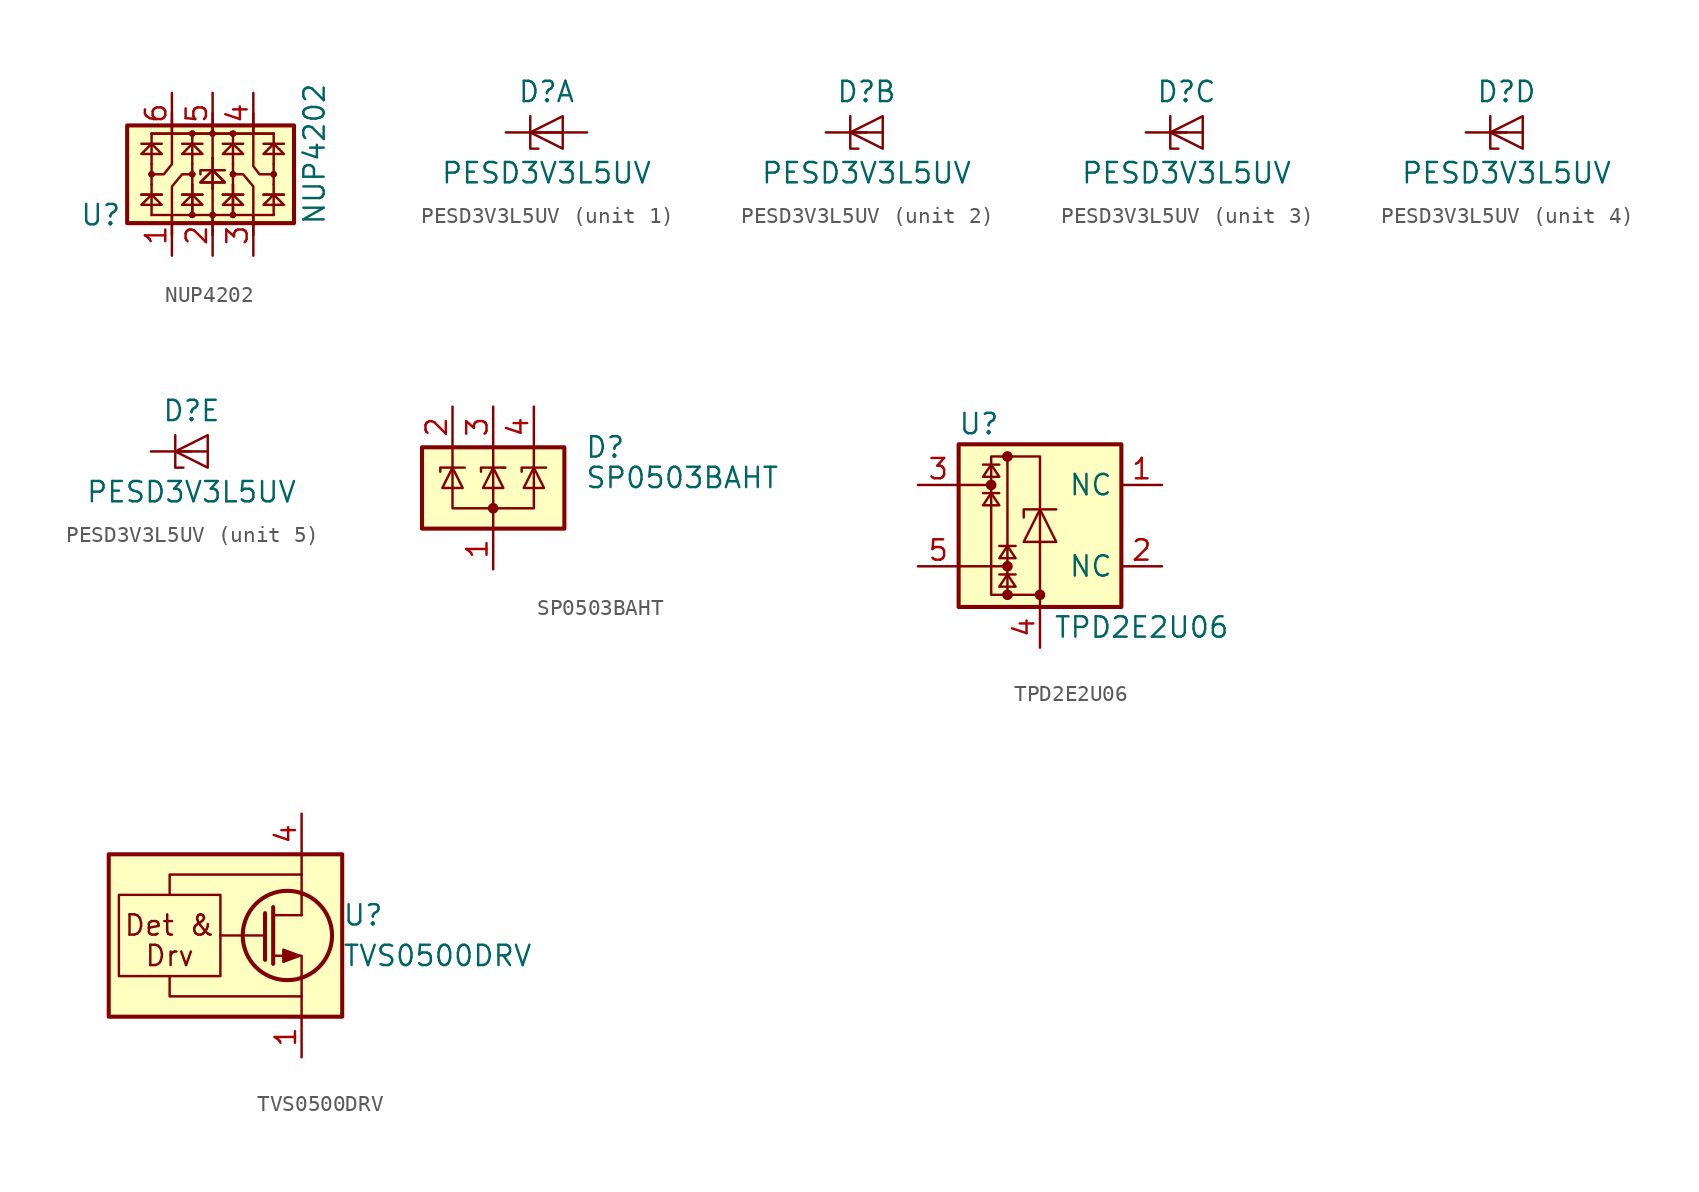
<source format=kicad_sym>
(kicad_symbol_lib
  (version 20231120)
  (generator "kicad_symbol_editor")
  (generator_version "8.0")
  (symbol "NUP4202"
    (property "Reference" "U"
      (at -6.985 -2.54 0)
      (effects (font (size 1.27 1.27))))
    (property "Value" "NUP4202"
      (at 6.35 1.27 90)
      (effects (font (size 1.27 1.27))))
    (symbol "NUP4202_0_1"
      (rectangle (start -5.334 3.048) (end 5.08 -3.048) (stroke (width 0.254) (type default)) (fill (type background)))
      (circle (center -3.81 0) (radius 0.127) (stroke (width 0) (type default)) (fill (type none)))
      (circle (center -3.81 0) (radius 0.127) (stroke (width 0) (type default)) (fill (type none)))
      (circle (center -1.27 -2.54) (radius 0.127) (stroke (width 0) (type default)) (fill (type none)))
      (circle (center -1.27 -2.54) (radius 0.127) (stroke (width 0) (type default)) (fill (type none)))
      (circle (center -1.27 0) (radius 0.127) (stroke (width 0) (type default)) (fill (type none)))
      (circle (center -1.27 0) (radius 0.127) (stroke (width 0) (type default)) (fill (type none)))
      (circle (center -1.27 2.54) (radius 0.127) (stroke (width 0) (type default)) (fill (type none)))
      (circle (center -1.27 2.54) (radius 0.127) (stroke (width 0) (type default)) (fill (type none)))
      (circle (center 0 -2.54) (radius 0.127) (stroke (width 0) (type default)) (fill (type none)))
      (circle (center 0 -2.54) (radius 0.127) (stroke (width 0) (type default)) (fill (type none)))
      (polyline (pts (xy -4.445 -1.27) (xy -3.175 -1.27)) (stroke (width 0) (type default)) (fill (type none)))
      (polyline (pts (xy -4.445 -1.27) (xy -3.175 -1.27)) (stroke (width 0) (type default)) (fill (type none)))
      (polyline (pts (xy -4.445 1.905) (xy -3.175 1.905)) (stroke (width 0) (type default)) (fill (type none)))
      (polyline (pts (xy -3.81 -2.54) (xy -3.81 -0.635)) (stroke (width 0) (type default)) (fill (type none)))
      (polyline (pts (xy -3.81 -2.54) (xy 3.81 -2.54)) (stroke (width 0) (type default)) (fill (type none)))
      (polyline (pts (xy -3.81 -0.635) (xy -3.81 0.635)) (stroke (width 0) (type default)) (fill (type none)))
      (polyline (pts (xy -3.81 0.635) (xy -3.81 2.54)) (stroke (width 0) (type default)) (fill (type none)))
      (polyline (pts (xy -3.81 2.54) (xy 3.81 2.54)) (stroke (width 0) (type default)) (fill (type none)))
      (polyline (pts (xy -3.81 2.54) (xy 3.81 2.54)) (stroke (width 0) (type default)) (fill (type none)))
      (polyline (pts (xy -1.905 -1.27) (xy -0.635 -1.27)) (stroke (width 0) (type default)) (fill (type none)))
      (polyline (pts (xy -1.905 -1.27) (xy -0.635 -1.27)) (stroke (width 0) (type default)) (fill (type none)))
      (polyline (pts (xy -1.905 1.905) (xy -0.635 1.905)) (stroke (width 0) (type default)) (fill (type none)))
      (polyline (pts (xy -1.27 -2.54) (xy -1.27 -0.635)) (stroke (width 0) (type default)) (fill (type none)))
      (polyline (pts (xy -1.27 -2.54) (xy -1.27 -0.635)) (stroke (width 0) (type default)) (fill (type none)))
      (polyline (pts (xy -1.27 0.635) (xy -1.27 -0.635)) (stroke (width 0) (type default)) (fill (type none)))
      (polyline (pts (xy -1.27 0.635) (xy -1.27 2.54)) (stroke (width 0) (type default)) (fill (type none)))
      (polyline (pts (xy 0 -0.889) (xy 0 -3.81)) (stroke (width 0) (type default)) (fill (type none)))
      (polyline (pts (xy 0 -0.889) (xy 0 1.016)) (stroke (width 0) (type default)) (fill (type none)))
      (polyline (pts (xy 0 -0.889) (xy 0 1.016)) (stroke (width 0) (type default)) (fill (type none)))
      (polyline (pts (xy 0 1.016) (xy 0 3.81)) (stroke (width 0) (type default)) (fill (type none)))
      (polyline (pts (xy 0.635 -1.27) (xy 1.905 -1.27)) (stroke (width 0) (type default)) (fill (type none)))
      (polyline (pts (xy 0.635 -1.27) (xy 1.905 -1.27)) (stroke (width 0) (type default)) (fill (type none)))
      (polyline (pts (xy 0.635 1.905) (xy 1.905 1.905)) (stroke (width 0) (type default)) (fill (type none)))
      (polyline (pts (xy 1.27 -2.54) (xy 1.27 -0.635)) (stroke (width 0) (type default)) (fill (type none)))
      (polyline (pts (xy 1.27 -2.54) (xy 1.27 -0.635)) (stroke (width 0) (type default)) (fill (type none)))
      (polyline (pts (xy 1.27 0.635) (xy 1.27 -0.635)) (stroke (width 0) (type default)) (fill (type none)))
      (polyline (pts (xy 1.27 0.635) (xy 1.27 2.54)) (stroke (width 0) (type default)) (fill (type none)))
      (polyline (pts (xy 3.175 -1.27) (xy 4.445 -1.27)) (stroke (width 0) (type default)) (fill (type none)))
      (polyline (pts (xy 3.175 -1.27) (xy 4.445 -1.27)) (stroke (width 0) (type default)) (fill (type none)))
      (polyline (pts (xy 3.175 1.905) (xy 4.445 1.905)) (stroke (width 0) (type default)) (fill (type none)))
      (polyline (pts (xy 3.81 -2.54) (xy 3.81 -0.635)) (stroke (width 0) (type default)) (fill (type none)))
      (polyline (pts (xy 3.81 0.635) (xy 3.81 -0.635)) (stroke (width 0) (type default)) (fill (type none)))
      (polyline (pts (xy 3.81 0.635) (xy 3.81 2.54)) (stroke (width 0) (type default)) (fill (type none)))
      (polyline (pts (xy 0.762 0.254) (xy -0.762 0.254) (xy -0.762 0)) (stroke (width 0) (type default)) (fill (type none)))
      (polyline (pts (xy -4.445 -1.905) (xy -3.175 -1.905) (xy -3.81 -1.27) (xy -4.445 -1.905)) (stroke (width 0) (type default)) (fill (type none)))
      (polyline (pts (xy -4.445 1.27) (xy -3.175 1.27) (xy -3.81 1.905) (xy -4.445 1.27)) (stroke (width 0) (type default)) (fill (type none)))
      (polyline (pts (xy -2.54 -3.81) (xy -2.54 -0.762) (xy -1.905 0) (xy -1.27 0)) (stroke (width 0) (type default)) (fill (type none)))
      (polyline (pts (xy -2.54 3.81) (xy -2.54 0.635) (xy -3.048 0) (xy -3.937 0)) (stroke (width 0) (type default)) (fill (type none)))
      (polyline (pts (xy -1.905 -1.905) (xy -0.635 -1.905) (xy -1.27 -1.27) (xy -1.905 -1.905)) (stroke (width 0) (type default)) (fill (type none)))
      (polyline (pts (xy -1.905 1.27) (xy -0.635 1.27) (xy -1.27 1.905) (xy -1.905 1.27)) (stroke (width 0) (type default)) (fill (type none)))
      (polyline (pts (xy -0.762 -0.508) (xy 0.762 -0.508) (xy 0 0.254) (xy -0.762 -0.508)) (stroke (width 0) (type default)) (fill (type none)))
      (polyline (pts (xy -0.762 -0.508) (xy 0.762 -0.508) (xy 0 0.254) (xy -0.762 -0.508)) (stroke (width 0) (type default)) (fill (type none)))
      (polyline (pts (xy 0.635 -1.905) (xy 1.905 -1.905) (xy 1.27 -1.27) (xy 0.635 -1.905)) (stroke (width 0) (type default)) (fill (type none)))
      (polyline (pts (xy 0.635 1.27) (xy 1.905 1.27) (xy 1.27 1.905) (xy 0.635 1.27)) (stroke (width 0) (type default)) (fill (type none)))
      (polyline (pts (xy 2.54 -3.81) (xy 2.54 -0.762) (xy 1.905 0) (xy 1.143 0)) (stroke (width 0) (type default)) (fill (type none)))
      (polyline (pts (xy 2.54 3.81) (xy 2.54 0.508) (xy 2.921 0) (xy 3.81 0)) (stroke (width 0) (type default)) (fill (type none)))
      (polyline (pts (xy 3.175 -1.905) (xy 4.445 -1.905) (xy 3.81 -1.27) (xy 3.175 -1.905)) (stroke (width 0) (type default)) (fill (type none)))
      (polyline (pts (xy 3.175 1.27) (xy 4.445 1.27) (xy 3.81 1.905) (xy 3.175 1.27)) (stroke (width 0) (type default)) (fill (type none)))
      (circle (center 0 2.54) (radius 0.127) (stroke (width 0) (type default)) (fill (type none)))
      (circle (center 0 2.54) (radius 0.127) (stroke (width 0) (type default)) (fill (type none)))
      (circle (center 1.27 -2.54) (radius 0.127) (stroke (width 0) (type default)) (fill (type none)))
      (circle (center 1.27 -2.54) (radius 0.127) (stroke (width 0) (type default)) (fill (type none)))
      (circle (center 1.27 0) (radius 0.127) (stroke (width 0) (type default)) (fill (type none)))
      (circle (center 1.27 0) (radius 0.127) (stroke (width 0) (type default)) (fill (type none)))
      (circle (center 1.27 2.54) (radius 0.127) (stroke (width 0) (type default)) (fill (type none)))
      (circle (center 1.27 2.54) (radius 0.127) (stroke (width 0) (type default)) (fill (type none)))
      (circle (center 3.81 0) (radius 0.127) (stroke (width 0) (type default)) (fill (type none)))
      (circle (center 3.81 0) (radius 0.127) (stroke (width 0) (type default)) (fill (type none))))
    (symbol "NUP4202_1_1"
      (pin passive line (at -2.54 -5.08 90) (length 2.54) (name "~" (effects (font (size 1.27 1.27)))) (number "1" (effects (font (size 1.27 1.27)))))
      (pin passive line (at 0 -5.08 90) (length 2.54) (name "~" (effects (font (size 1.27 1.27)))) (number "2" (effects (font (size 1.27 1.27)))))
      (pin passive line (at 2.54 -5.08 90) (length 2.54) (name "~" (effects (font (size 1.27 1.27)))) (number "3" (effects (font (size 1.27 1.27)))))
      (pin passive line (at 2.54 5.08 270) (length 2.54) (name "~" (effects (font (size 1.27 1.27)))) (number "4" (effects (font (size 1.27 1.27)))))
      (pin passive line (at 0 5.08 270) (length 2.54) (name "~" (effects (font (size 1.27 1.27)))) (number "5" (effects (font (size 1.27 1.27)))))
      (pin passive line (at -2.54 5.08 270) (length 2.54) (name "~" (effects (font (size 1.27 1.27)))) (number "6" (effects (font (size 1.27 1.27)))))))
  (symbol "PESD3V3L5UV"
    (pin_numbers hide)
    (pin_names hide)
    (property "Reference" "D"
      (at 0 2.54 0)
      (effects (font (size 1.27 1.27))))
    (property "Value" "PESD3V3L5UV"
      (at 0 -2.54 0)
      (effects (font (size 1.27 1.27))))
    (property "ki_locked" ""
      (at 0 0 0)
      (effects (font (size 1.27 1.27))))
    (symbol "PESD3V3L5UV_0_1"
      (polyline (pts (xy -1.016 0) (xy 1.016 0)) (stroke (width 0) (type default)) (fill (type none)))
      (polyline (pts (xy -1.016 1.016) (xy -1.016 -1.016) (xy -0.508 -1.016)) (stroke (width 0) (type default)) (fill (type none)))
      (polyline (pts (xy 1.016 1.016) (xy -1.016 0) (xy 1.016 -1.016) (xy 1.016 1.016)) (stroke (width 0) (type default)) (fill (type none))))
    (symbol "PESD3V3L5UV_1_1"
      (pin passive line (at -2.54 0 0) (length 2.54) (name "K1" (effects (font (size 1.27 1.27)))) (number "1" (effects (font (size 1.27 1.27)))))
      (pin passive line (at 2.54 0 180) (length 2.54) (name "A" (effects (font (size 1.27 1.27)))) (number "2" (effects (font (size 1.27 1.27))))))
    (symbol "PESD3V3L5UV_2_1"
      (pin passive line (at -2.54 0 0) (length 2.54) (name "K2" (effects (font (size 1.27 1.27)))) (number "3" (effects (font (size 1.27 1.27))))))
    (symbol "PESD3V3L5UV_3_1"
      (pin passive line (at -2.54 0 0) (length 2.54) (name "K3" (effects (font (size 1.27 1.27)))) (number "4" (effects (font (size 1.27 1.27))))))
    (symbol "PESD3V3L5UV_4_1"
      (pin passive line (at -2.54 0 0) (length 2.54) (name "K4" (effects (font (size 1.27 1.27)))) (number "5" (effects (font (size 1.27 1.27))))))
    (symbol "PESD3V3L5UV_5_1"
      (pin passive line (at -2.54 0 0) (length 2.54) (name "K5" (effects (font (size 1.27 1.27)))) (number "6" (effects (font (size 1.27 1.27)))))))
  (symbol "SP0503BAHT"
    (pin_names hide)
    (property "Reference" "D"
      (at 5.715 2.54 0)
      (effects (font (size 1.27 1.27)) (justify left)))
    (property "Value" "SP0503BAHT"
      (at 5.715 0.635 0)
      (effects (font (size 1.27 1.27)) (justify left)))
    (symbol "SP0503BAHT_0_0"
      (pin passive line (at 0 -5.08 90) (length 2.54) (name "A" (effects (font (size 1.27 1.27)))) (number "1" (effects (font (size 1.27 1.27))))))
    (symbol "SP0503BAHT_0_1"
      (rectangle (start -4.445 2.54) (end 4.445 -2.54) (stroke (width 0.254) (type default)) (fill (type background)))
      (circle (center 0 -1.27) (radius 0.254) (stroke (width 0) (type default)) (fill (type outline)))
      (polyline (pts (xy -2.54 2.54) (xy -2.54 1.27)) (stroke (width 0) (type default)) (fill (type none)))
      (polyline (pts (xy 0 -1.27) (xy 0 -2.54)) (stroke (width 0) (type default)) (fill (type none)))
      (polyline (pts (xy 0 -1.27) (xy 0 1.27)) (stroke (width 0) (type default)) (fill (type none)))
      (polyline (pts (xy 0 2.54) (xy 0 1.27)) (stroke (width 0) (type default)) (fill (type none)))
      (polyline (pts (xy 0.635 1.27) (xy 0.762 1.27)) (stroke (width 0) (type default)) (fill (type none)))
      (polyline (pts (xy 2.54 2.54) (xy 2.54 1.27)) (stroke (width 0) (type default)) (fill (type none)))
      (polyline (pts (xy 0.635 1.27) (xy -0.762 1.27) (xy -0.762 1.016)) (stroke (width 0) (type default)) (fill (type none)))
      (polyline (pts (xy -3.302 1.016) (xy -3.302 1.27) (xy -1.905 1.27) (xy -1.778 1.27)) (stroke (width 0) (type default)) (fill (type none)))
      (polyline (pts (xy -2.54 1.27) (xy -2.54 -1.27) (xy 2.54 -1.27) (xy 2.54 1.27)) (stroke (width 0) (type default)) (fill (type none)))
      (polyline (pts (xy -2.54 1.27) (xy -1.905 0) (xy -3.175 0) (xy -2.54 1.27)) (stroke (width 0) (type default)) (fill (type none)))
      (polyline (pts (xy 0.635 0) (xy -0.635 0) (xy 0 1.27) (xy 0.635 0)) (stroke (width 0) (type default)) (fill (type none)))
      (polyline (pts (xy 1.778 1.016) (xy 1.778 1.27) (xy 3.175 1.27) (xy 3.302 1.27)) (stroke (width 0) (type default)) (fill (type none)))
      (polyline (pts (xy 2.54 1.27) (xy 1.905 0) (xy 3.175 0) (xy 2.54 1.27)) (stroke (width 0) (type default)) (fill (type none))))
    (symbol "SP0503BAHT_1_1"
      (pin passive line (at -2.54 5.08 270) (length 2.54) (name "K" (effects (font (size 1.27 1.27)))) (number "2" (effects (font (size 1.27 1.27)))))
      (pin passive line (at 0 5.08 270) (length 2.54) (name "K" (effects (font (size 1.27 1.27)))) (number "3" (effects (font (size 1.27 1.27)))))
      (pin passive line (at 2.54 5.08 270) (length 2.54) (name "K" (effects (font (size 1.27 1.27)))) (number "4" (effects (font (size 1.27 1.27)))))))
  (symbol "TPD2E2U06"
    (property "Reference" "U"
      (at -3.81 6.35 0)
      (effects (font (size 1.27 1.27))))
    (property "Value" "TPD2E2U06"
      (at 6.35 -6.35 0)
      (effects (font (size 1.27 1.27))))
    (symbol "TPD2E2U06_0_1"
      (rectangle (start -5.08 5.08) (end 5.08 -5.08) (stroke (width 0.254) (type default)) (fill (type background)))
      (circle (center -3.048 2.54) (radius 0.254) (stroke (width 0) (type default)) (fill (type outline)))
      (rectangle (start -3.048 4.318) (end 0 -4.318) (stroke (width 0) (type default)) (fill (type none)))
      (circle (center -2.032 -4.318) (radius 0.254) (stroke (width 0) (type default)) (fill (type outline)))
      (circle (center -2.032 -2.54) (radius 0.254) (stroke (width 0) (type default)) (fill (type outline)))
      (circle (center -2.032 4.318) (radius 0.254) (stroke (width 0) (type default)) (fill (type outline)))
      (circle (center 0 -4.318) (radius 0.254) (stroke (width 0) (type default)) (fill (type outline)))
      (polyline (pts (xy -3.048 2.54) (xy -5.08 2.54)) (stroke (width 0) (type default)) (fill (type none)))
      (polyline (pts (xy -2.54 2.032) (xy -3.556 2.032)) (stroke (width 0) (type default)) (fill (type none)))
      (polyline (pts (xy -2.54 3.81) (xy -3.556 3.81)) (stroke (width 0) (type default)) (fill (type none)))
      (polyline (pts (xy -2.032 -4.318) (xy -2.032 4.318)) (stroke (width 0) (type default)) (fill (type none)))
      (polyline (pts (xy -2.032 -2.54) (xy -5.08 -2.54)) (stroke (width 0) (type default)) (fill (type none)))
      (polyline (pts (xy -1.524 -3.048) (xy -2.54 -3.048)) (stroke (width 0) (type default)) (fill (type none)))
      (polyline (pts (xy -1.524 -1.27) (xy -2.54 -1.27)) (stroke (width 0) (type default)) (fill (type none)))
      (polyline (pts (xy 0 -4.318) (xy 0 -5.08)) (stroke (width 0) (type default)) (fill (type none)))
      (polyline (pts (xy 1.016 1.016) (xy -1.016 1.016) (xy -1.016 0.508)) (stroke (width 0) (type default)) (fill (type none)))
      (polyline (pts (xy -3.048 2.032) (xy -3.556 1.27) (xy -2.54 1.27) (xy -3.048 2.032)) (stroke (width 0) (type default)) (fill (type none)))
      (polyline (pts (xy -3.048 3.81) (xy -3.556 3.048) (xy -2.54 3.048) (xy -3.048 3.81)) (stroke (width 0) (type default)) (fill (type none)))
      (polyline (pts (xy -2.032 -3.048) (xy -2.54 -3.81) (xy -1.524 -3.81) (xy -2.032 -3.048)) (stroke (width 0) (type default)) (fill (type none)))
      (polyline (pts (xy -2.032 -1.27) (xy -2.54 -2.032) (xy -1.524 -2.032) (xy -2.032 -1.27)) (stroke (width 0) (type default)) (fill (type none)))
      (polyline (pts (xy 0 1.016) (xy 1.016 -1.016) (xy -1.016 -1.016) (xy 0 1.016)) (stroke (width 0) (type default)) (fill (type none))))
    (symbol "TPD2E2U06_1_1"
      (pin passive line (at 7.62 2.54 180) (length 2.54) (name "NC" (effects (font (size 1.27 1.27)))) (number "1" (effects (font (size 1.27 1.27)))))
      (pin passive line (at 7.62 -2.54 180) (length 2.54) (name "NC" (effects (font (size 1.27 1.27)))) (number "2" (effects (font (size 1.27 1.27)))))
      (pin passive line (at -7.62 2.54 0) (length 2.54) (name "~" (effects (font (size 1.27 1.27)))) (number "3" (effects (font (size 1.27 1.27)))))
      (pin passive line (at 0 -7.62 90) (length 2.54) (name "~" (effects (font (size 1.27 1.27)))) (number "4" (effects (font (size 1.27 1.27)))))
      (pin passive line (at -7.62 -2.54 0) (length 2.54) (name "~" (effects (font (size 1.27 1.27)))) (number "5" (effects (font (size 1.27 1.27)))))))
  (symbol "TVS0500DRV"
    (pin_names
      (offset 0) hide)
    (property "Reference" "U"
      (at 2.54 1.27 0)
      (effects (font (size 1.27 1.27)) (justify left)))
    (property "Value" "TVS0500DRV"
      (at 2.54 -1.27 0)
      (effects (font (size 1.27 1.27)) (justify left)))
    (symbol "TVS0500DRV_0_0"
      (rectangle (start -11.43 2.54) (end -5.08 -2.54) (stroke (width 0) (type default)) (fill (type none)))
      (polyline (pts (xy 0 1.27) (xy -1.778 1.27)) (stroke (width 0) (type default)) (fill (type none)))
      (polyline (pts (xy -8.255 -2.54) (xy -8.255 -3.81) (xy 0 -3.81)) (stroke (width 0) (type default)) (fill (type none)))
      (polyline (pts (xy -8.255 2.54) (xy -8.255 3.81) (xy 0 3.81)) (stroke (width 0) (type default)) (fill (type none)))
      (text "Det &" (at -8.255 0.635 0) (effects (font (size 1.27 1.27))))
      (text "Drv" (at -8.255 -1.27 0) (effects (font (size 1.27 1.27)))))
    (symbol "TVS0500DRV_0_1"
      (rectangle (start -12.065 5.08) (end 2.54 -5.08) (stroke (width 0.254) (type default)) (fill (type background)))
      (circle (center -0.889 0) (radius 2.794) (stroke (width 0.254) (type default)) (fill (type none)))
      (polyline (pts (xy -2.286 0) (xy -5.08 0)) (stroke (width 0) (type default)) (fill (type none)))
      (polyline (pts (xy -2.286 1.397) (xy -2.286 -1.524)) (stroke (width 0.254) (type default)) (fill (type none)))
      (polyline (pts (xy -1.778 1.778) (xy -1.778 -1.778)) (stroke (width 0.254) (type default)) (fill (type none)))
      (polyline (pts (xy 0 -2.54) (xy 0 -5.08)) (stroke (width 0) (type default)) (fill (type none)))
      (polyline (pts (xy 0 2.54) (xy 0 1.27)) (stroke (width 0) (type default)) (fill (type none)))
      (polyline (pts (xy 0 5.08) (xy 0 2.54)) (stroke (width 0) (type default)) (fill (type none)))
      (polyline (pts (xy 0 -2.54) (xy 0 -1.27) (xy -1.778 -1.27)) (stroke (width 0) (type default)) (fill (type none)))
      (polyline (pts (xy -0.127 -1.27) (xy -1.143 -1.651) (xy -1.143 -0.889) (xy -0.127 -1.27)) (stroke (width 0) (type default)) (fill (type outline))))
    (symbol "TVS0500DRV_1_1"
      (pin power_in line (at 0 -7.62 90) (length 2.54) (name "GND" (effects (font (size 1.27 1.27)))) (number "1" (effects (font (size 1.27 1.27)))))
      (pin power_in line (at 0 -7.62 90) (length 2.54) hide (name "GND" (effects (font (size 1.27 1.27)))) (number "2" (effects (font (size 1.27 1.27)))))
      (pin power_in line (at 0 -7.62 90) (length 2.54) hide (name "GND" (effects (font (size 1.27 1.27)))) (number "3" (effects (font (size 1.27 1.27)))))
      (pin passive line (at 0 7.62 270) (length 2.54) (name "IN" (effects (font (size 1.27 1.27)))) (number "4" (effects (font (size 1.27 1.27)))))
      (pin passive line (at 0 7.62 270) (length 2.54) hide (name "IN" (effects (font (size 1.27 1.27)))) (number "5" (effects (font (size 1.27 1.27)))))
      (pin passive line (at 0 7.62 270) (length 2.54) hide (name "IN" (effects (font (size 1.27 1.27)))) (number "6" (effects (font (size 1.27 1.27)))))
      (pin power_in line (at 0 -7.62 90) (length 2.54) hide (name "GND" (effects (font (size 1.27 1.27)))) (number "7" (effects (font (size 1.27 1.27))))))))
</source>
